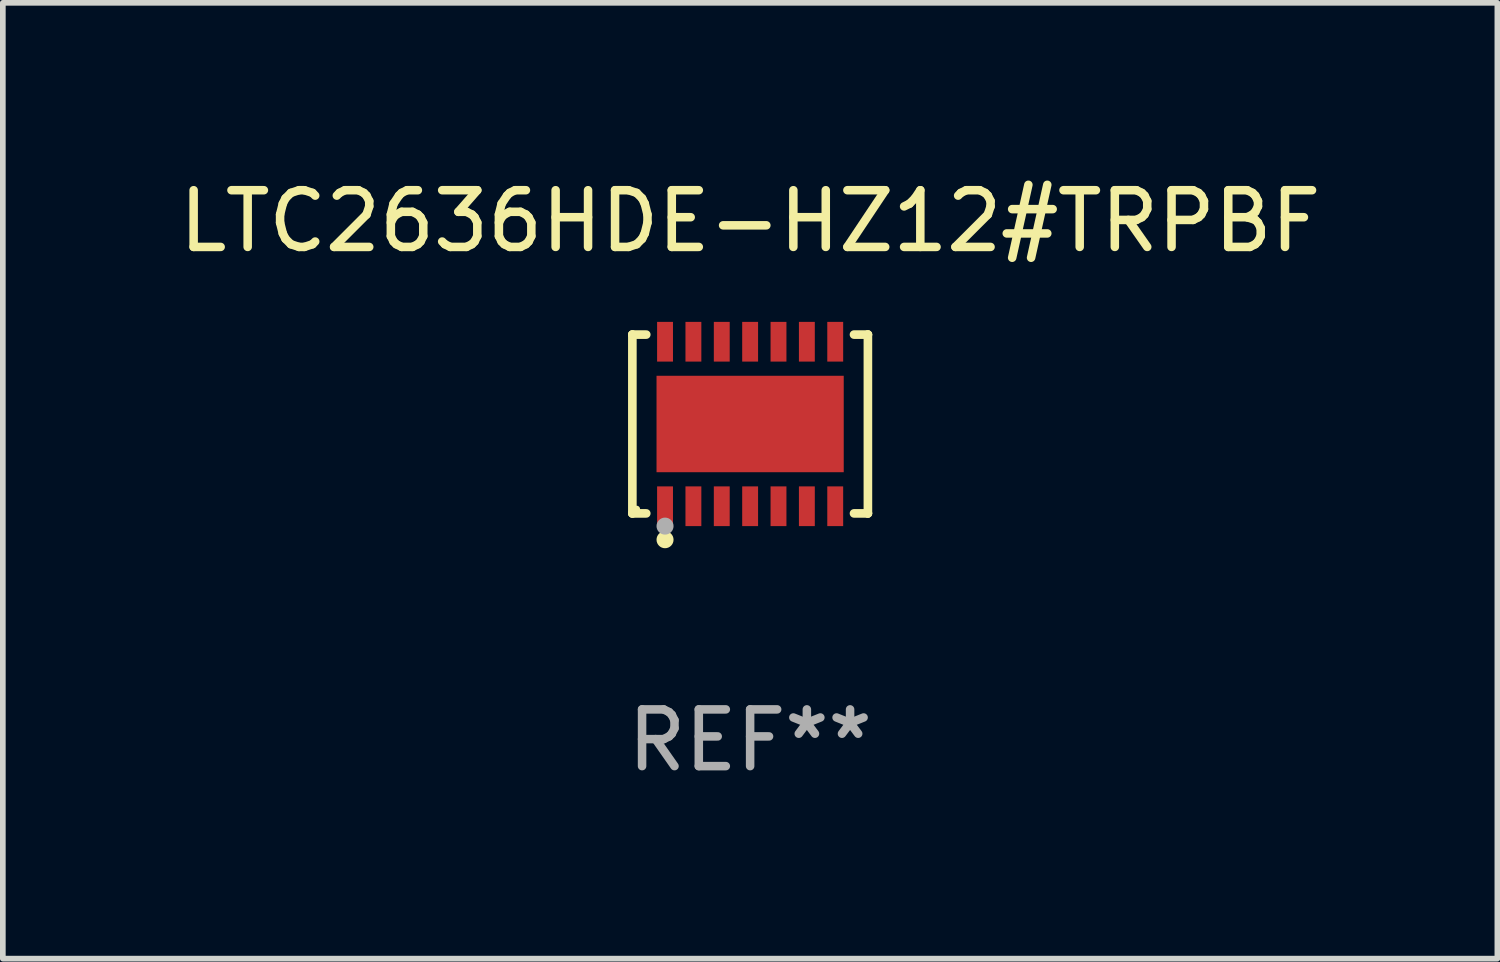
<source format=kicad_pcb>
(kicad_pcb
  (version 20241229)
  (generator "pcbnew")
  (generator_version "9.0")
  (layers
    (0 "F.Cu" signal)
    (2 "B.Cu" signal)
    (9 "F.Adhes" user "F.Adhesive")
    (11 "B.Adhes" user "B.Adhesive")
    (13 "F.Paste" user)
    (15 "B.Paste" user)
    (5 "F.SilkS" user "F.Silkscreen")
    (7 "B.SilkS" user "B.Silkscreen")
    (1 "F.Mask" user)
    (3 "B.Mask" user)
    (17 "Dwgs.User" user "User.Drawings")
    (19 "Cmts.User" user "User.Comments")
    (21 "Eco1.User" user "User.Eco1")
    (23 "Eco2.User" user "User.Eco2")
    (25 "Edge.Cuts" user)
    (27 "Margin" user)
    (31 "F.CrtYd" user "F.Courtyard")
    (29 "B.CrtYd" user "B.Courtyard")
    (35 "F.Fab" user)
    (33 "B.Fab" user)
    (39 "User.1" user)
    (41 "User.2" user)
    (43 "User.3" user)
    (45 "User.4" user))
  (footprint "LTC2636HDE-HZ12#TRPBF"
    (layer "F.Cu")
    (at 10.173 4.424)
    (property "Reference" "LTC2636HDE-HZ12#TRPBF" (at 0 -3.576 0) (layer "F.SilkS") (effects (font (size 1 1) (thickness 0.15))))
    (attr through_hole)
    (fp_line (start -2.076 -1.576) (end -2.076 -1.576) (stroke (width 0.152) (type solid)) (layer "F.SilkS"))
    (fp_line (start -2.076 -1.576) (end -1.831 -1.576) (stroke (width 0.152) (type solid)) (layer "F.SilkS"))
    (fp_line (start -2.076 1.576) (end -2.076 -1.576) (stroke (width 0.152) (type solid)) (layer "F.SilkS"))
    (fp_line (start -2.076 1.576) (end -2.076 1.576) (stroke (width 0.152) (type solid)) (layer "F.SilkS"))
    (fp_line (start -1.831 1.576) (end -2.076 1.576) (stroke (width 0.152) (type solid)) (layer "F.SilkS"))
    (fp_line (start 1.831 1.576) (end 2.076 1.576) (stroke (width 0.152) (type solid)) (layer "F.SilkS"))
    (fp_line (start 2.076 -1.576) (end 1.831 -1.576) (stroke (width 0.152) (type solid)) (layer "F.SilkS"))
    (fp_line (start 2.076 -1.576) (end 2.076 -1.576) (stroke (width 0.152) (type solid)) (layer "F.SilkS"))
    (fp_line (start 2.076 1.576) (end 2.076 -1.576) (stroke (width 0.152) (type solid)) (layer "F.SilkS"))
    (fp_line (start 2.076 1.576) (end 2.076 1.576) (stroke (width 0.152) (type solid)) (layer "F.SilkS"))
    (fp_circle (center -2 1.5) (end -1.97 1.5) (stroke (width 0.06) (type solid)) (fill no) (layer "F.SilkS"))
    (fp_circle (center -1.5 2.04) (end -1.425 2.04) (stroke (width 0.15) (type solid)) (fill no) (layer "F.SilkS"))
    (fp_circle (center -1.5 1.8) (end -1.425 1.8) (stroke (width 0.15) (type solid)) (fill no) (layer "F.Fab"))
    (fp_text user "REF**" (at 0 5.576 0) (layer "F.Fab") (effects (font (size 1 1) (thickness 0.15))))
    (pad "1" smd rect (at -1.5 1.45) (size 0.28 0.7) (layers "F.Cu" "F.Mask" "F.Paste"))
    (pad "2" smd rect (at -1 1.45) (size 0.28 0.7) (layers "F.Cu" "F.Mask" "F.Paste"))
    (pad "3" smd rect (at -0.5 1.45) (size 0.28 0.7) (layers "F.Cu" "F.Mask" "F.Paste"))
    (pad "4" smd rect (at 0 1.45) (size 0.28 0.7) (layers "F.Cu" "F.Mask" "F.Paste"))
    (pad "5" smd rect (at 0.5 1.45) (size 0.28 0.7) (layers "F.Cu" "F.Mask" "F.Paste"))
    (pad "6" smd rect (at 1 1.45) (size 0.28 0.7) (layers "F.Cu" "F.Mask" "F.Paste"))
    (pad "7" smd rect (at 1.5 1.45) (size 0.28 0.7) (layers "F.Cu" "F.Mask" "F.Paste"))
    (pad "8" smd rect (at 1.5 -1.45) (size 0.28 0.7) (layers "F.Cu" "F.Mask" "F.Paste"))
    (pad "9" smd rect (at 1 -1.45) (size 0.28 0.7) (layers "F.Cu" "F.Mask" "F.Paste"))
    (pad "10" smd rect (at 0.5 -1.45) (size 0.28 0.7) (layers "F.Cu" "F.Mask" "F.Paste"))
    (pad "11" smd rect (at 0 -1.45) (size 0.28 0.7) (layers "F.Cu" "F.Mask" "F.Paste"))
    (pad "12" smd rect (at -0.5 -1.45) (size 0.28 0.7) (layers "F.Cu" "F.Mask" "F.Paste"))
    (pad "13" smd rect (at -1 -1.45) (size 0.28 0.7) (layers "F.Cu" "F.Mask" "F.Paste"))
    (pad "14" smd rect (at -1.5 -1.45) (size 0.28 0.7) (layers "F.Cu" "F.Mask" "F.Paste"))
    (pad "15" smd rect (at 0 0) (size 3.3 1.7) (layers "F.Cu" "F.Mask" "F.Paste")))
  (gr_rect
    (start -3 -3)
    (end 23.345 13.849)
    (stroke (width 0.1) (type default))
    (fill no)
    (layer "Edge.Cuts")))
</source>
